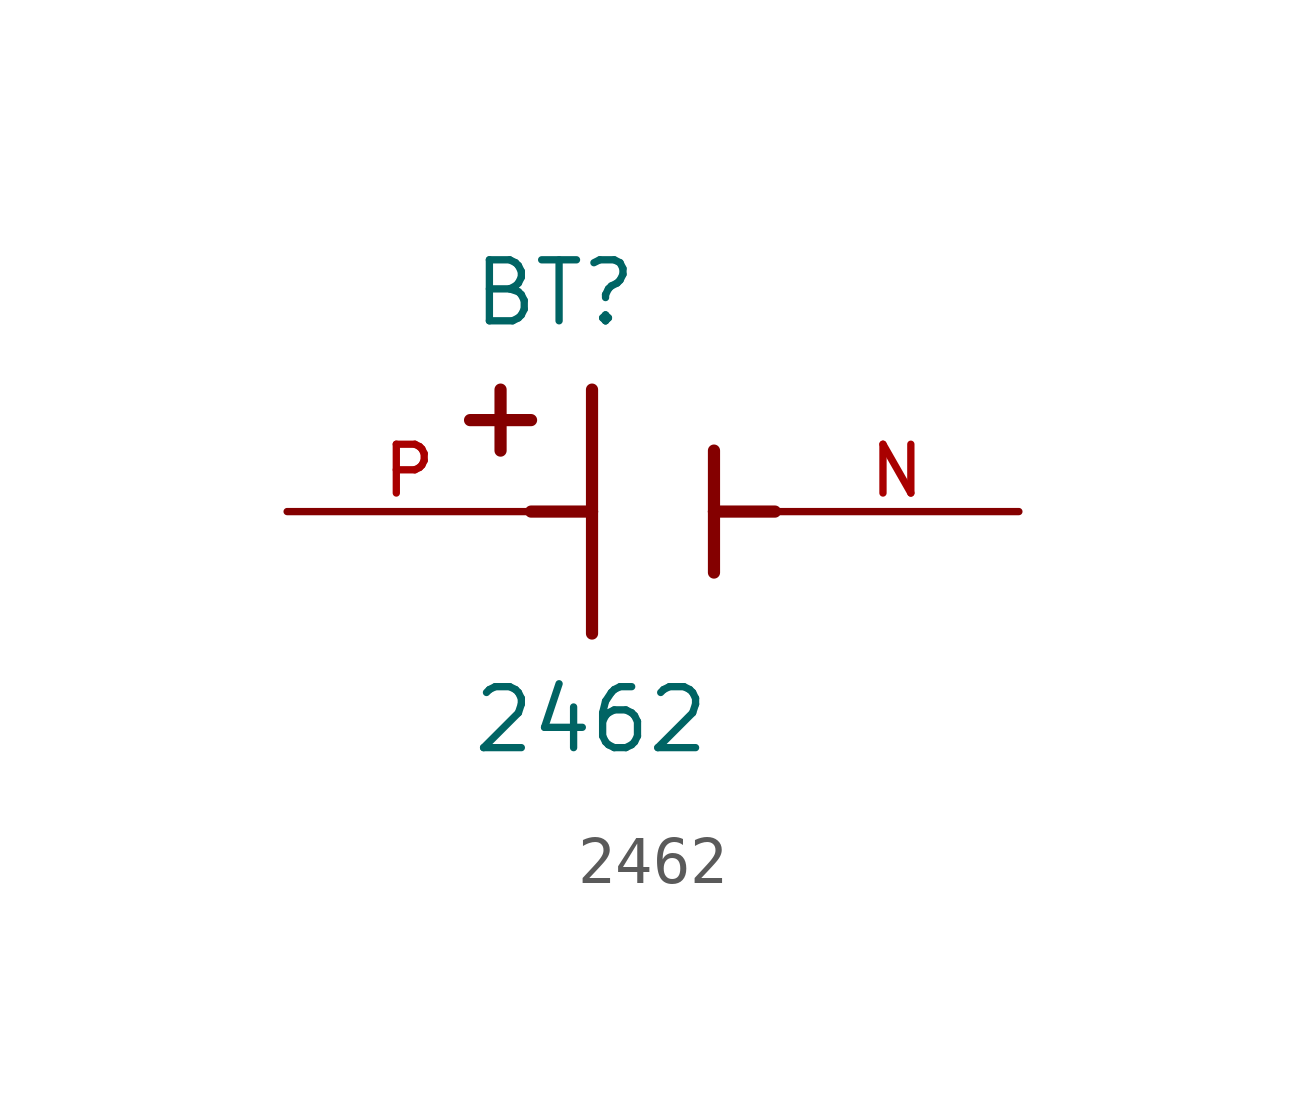
<source format=kicad_sym>
(kicad_symbol_lib
  (version 20211014)
  (generator kicad_symbol_editor)
  (symbol "2462"
    (pin_names
      (offset 1.016))
    (property "Reference" "BT"
      (at -3.81 3.81 0)
      (effects (font (size 1.27 1.27)) (justify bottom left)))
    (property "Value" "2462"
      (at -3.81 -5.08 0)
      (effects (font (size 1.27 1.27)) (justify bottom left)))
    (symbol "2462_0_0"
      (polyline (pts (xy -1.27 2.54) (xy -1.27 0.0)) (stroke (width 0.254)))
      (polyline (pts (xy -1.27 0.0) (xy -1.27 -2.54)) (stroke (width 0.254)))
      (polyline (pts (xy 1.27 1.27) (xy 1.27 0.0)) (stroke (width 0.254)))
      (polyline (pts (xy 1.27 0.0) (xy 1.27 -1.27)) (stroke (width 0.254)))
      (polyline (pts (xy -1.27 0.0) (xy -2.54 0.0)) (stroke (width 0.254)))
      (polyline (pts (xy 1.27 0.0) (xy 2.54 0.0)) (stroke (width 0.254)))
      (polyline (pts (xy -3.175 2.54) (xy -3.175 1.27)) (stroke (width 0.254)))
      (polyline (pts (xy -3.81 1.905) (xy -2.54 1.905)) (stroke (width 0.254)))
      (pin passive line (at -7.62 0.0 0) (length 5.08) (name "~" (effects (font (size 1.016 1.016)))) (number "P" (effects (font (size 1.016 1.016)))))
      (pin passive line (at 7.62 0.0 180.0) (length 5.08) (name "~" (effects (font (size 1.016 1.016)))) (number "N" (effects (font (size 1.016 1.016))))))))
</source>
